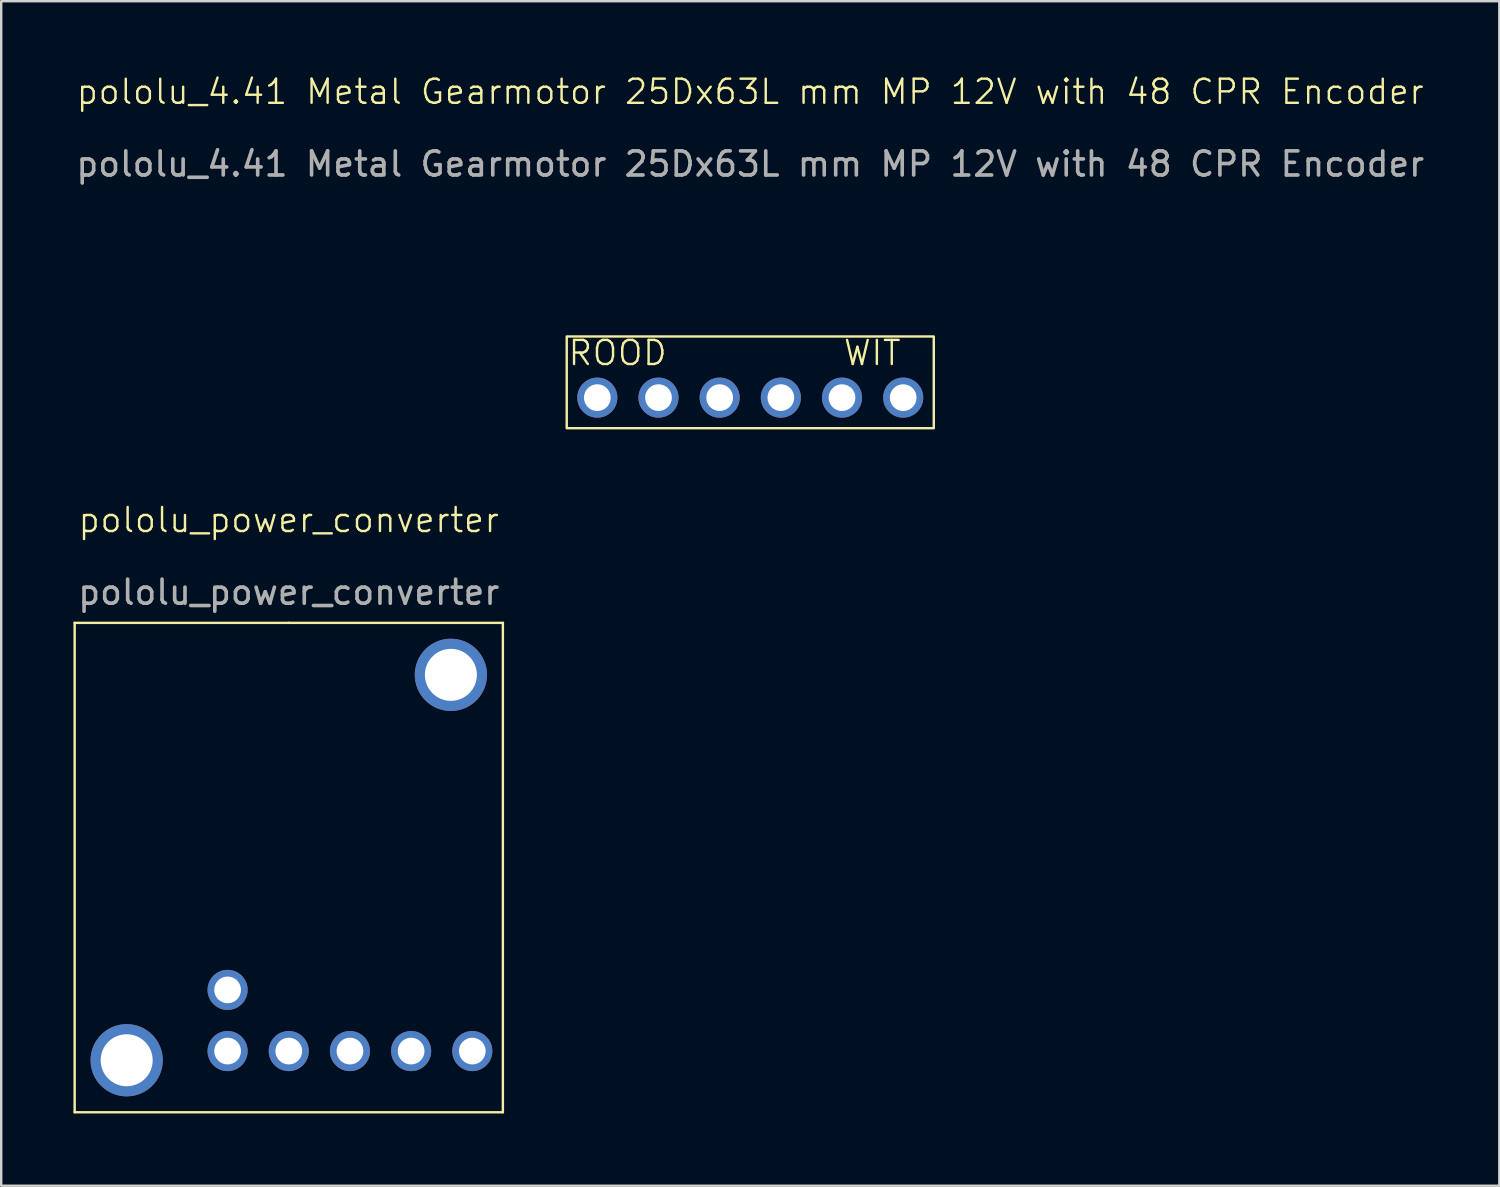
<source format=kicad_pcb>
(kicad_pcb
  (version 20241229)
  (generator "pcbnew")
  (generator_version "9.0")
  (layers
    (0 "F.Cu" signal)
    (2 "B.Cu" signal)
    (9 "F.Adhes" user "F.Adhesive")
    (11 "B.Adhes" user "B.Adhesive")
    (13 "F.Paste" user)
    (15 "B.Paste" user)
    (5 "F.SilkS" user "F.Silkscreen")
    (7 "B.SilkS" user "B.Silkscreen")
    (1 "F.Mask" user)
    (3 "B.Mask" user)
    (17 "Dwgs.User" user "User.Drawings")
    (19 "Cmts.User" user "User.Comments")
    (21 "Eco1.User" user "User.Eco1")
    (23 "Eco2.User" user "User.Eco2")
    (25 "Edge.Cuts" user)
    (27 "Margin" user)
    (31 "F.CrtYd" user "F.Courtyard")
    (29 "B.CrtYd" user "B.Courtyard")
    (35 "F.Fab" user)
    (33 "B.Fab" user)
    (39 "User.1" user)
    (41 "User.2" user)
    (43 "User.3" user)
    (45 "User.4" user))
  (footprint "pololu_power_converter"
    (layer "F.Cu")
    (at 8.94 32.971)
    (property "Reference" "pololu_power_converter" (at 0 -14.43 0) (unlocked yes) (layer "F.SilkS") (effects (font (size 1 1) (thickness 0.1))))
    (attr through_hole)
    (fp_line (start -8.89 -10.16) (end 0 -10.16) (stroke (width 0.1) (type default)) (layer "F.SilkS"))
    (fp_line (start -8.89 10.16) (end -8.89 -10.16) (stroke (width 0.1) (type default)) (layer "F.SilkS"))
    (fp_line (start 0 -10.16) (end 8.89 -10.16) (stroke (width 0.1) (type default)) (layer "F.SilkS"))
    (fp_line (start 8.89 -10.16) (end 8.89 10.16) (stroke (width 0.1) (type default)) (layer "F.SilkS"))
    (fp_line (start 8.89 10.16) (end -8.89 10.16) (stroke (width 0.1) (type default)) (layer "F.SilkS"))
    (fp_text user "${REFERENCE}" (at 0 -11.43 0) (unlocked yes) (layer "F.Fab") (effects (font (size 1 1) (thickness 0.15))))
    (pad "1" thru_hole circle (at -2.54 5.08) (size 1.665 1.665) (drill 1.11) (layers "*.Cu" "*.Mask"))
    (pad "2" thru_hole circle (at -2.54 7.62) (size 1.665 1.665) (drill 1.11) (layers "*.Cu" "*.Mask"))
    (pad "3" thru_hole circle (at 0 7.62) (size 1.665 1.665) (drill 1.11) (layers "*.Cu" "*.Mask"))
    (pad "4" thru_hole circle (at -6.731 8.001) (size 3 3) (drill 2.159) (layers "*.Cu" "*.Mask"))
    (pad "4" thru_hole circle (at 2.54 7.62) (size 1.665 1.665) (drill 1.11) (layers "*.Cu" "*.Mask"))
    (pad "4" thru_hole circle (at 6.731 -8.001) (size 3 3) (drill 2.159) (layers "*.Cu" "*.Mask"))
    (pad "5" thru_hole circle (at 5.08 7.62) (size 1.665 1.665) (drill 1.11) (layers "*.Cu" "*.Mask"))
    (pad "6" thru_hole circle (at 7.62 7.62) (size 1.665 1.665) (drill 1.11) (layers "*.Cu" "*.Mask")))
  (footprint "pololu_4.41 Metal Gearmotor 25Dx63L mm MP 12V with 48 CPR Encoder"
    (layer "F.Cu")
    (at 28.101 13.46)
    (property "Reference" "pololu_4.41 Metal Gearmotor 25Dx63L mm MP 12V with 48 CPR Encoder" (at 0 -12.7 0) (unlocked yes) (layer "F.SilkS") (effects (font (size 1 1) (thickness 0.1))))
    (attr through_hole)
    (fp_rect (start -7.62 -2.54) (end 7.62 1.27) (stroke (width 0.1) (type default)) (fill no) (layer "F.SilkS"))
    (fp_text user "WIT" (at 3.81 -1.27 0) (unlocked yes) (layer "F.SilkS") (effects (font (size 1 1) (thickness 0.1)) (justify left bottom)))
    (fp_text user "ROOD" (at -7.62 -1.27 0) (unlocked yes) (layer "F.SilkS") (effects (font (size 1 1) (thickness 0.1)) (justify left bottom)))
    (fp_text user "${REFERENCE}" (at 0 -9.7 0) (unlocked yes) (layer "F.Fab") (effects (font (size 1 1) (thickness 0.15))))
    (pad "1" thru_hole circle (at -6.35 0) (size 1.665 1.665) (drill 1.11) (layers "*.Cu" "*.Mask"))
    (pad "2" thru_hole circle (at -3.81 0) (size 1.665 1.665) (drill 1.11) (layers "*.Cu" "*.Mask"))
    (pad "3" thru_hole circle (at -1.27 0) (size 1.665 1.665) (drill 1.11) (layers "*.Cu" "*.Mask"))
    (pad "4" thru_hole circle (at 1.27 0) (size 1.665 1.665) (drill 1.11) (layers "*.Cu" "*.Mask"))
    (pad "5" thru_hole circle (at 3.81 0) (size 1.665 1.665) (drill 1.11) (layers "*.Cu" "*.Mask"))
    (pad "6" thru_hole circle (at 6.35 0) (size 1.665 1.665) (drill 1.11) (layers "*.Cu" "*.Mask")))
  (gr_rect
    (start -3 -3)
    (end 59.202 46.181)
    (stroke (width 0.1) (type default))
    (fill no)
    (layer "Edge.Cuts")))
</source>
